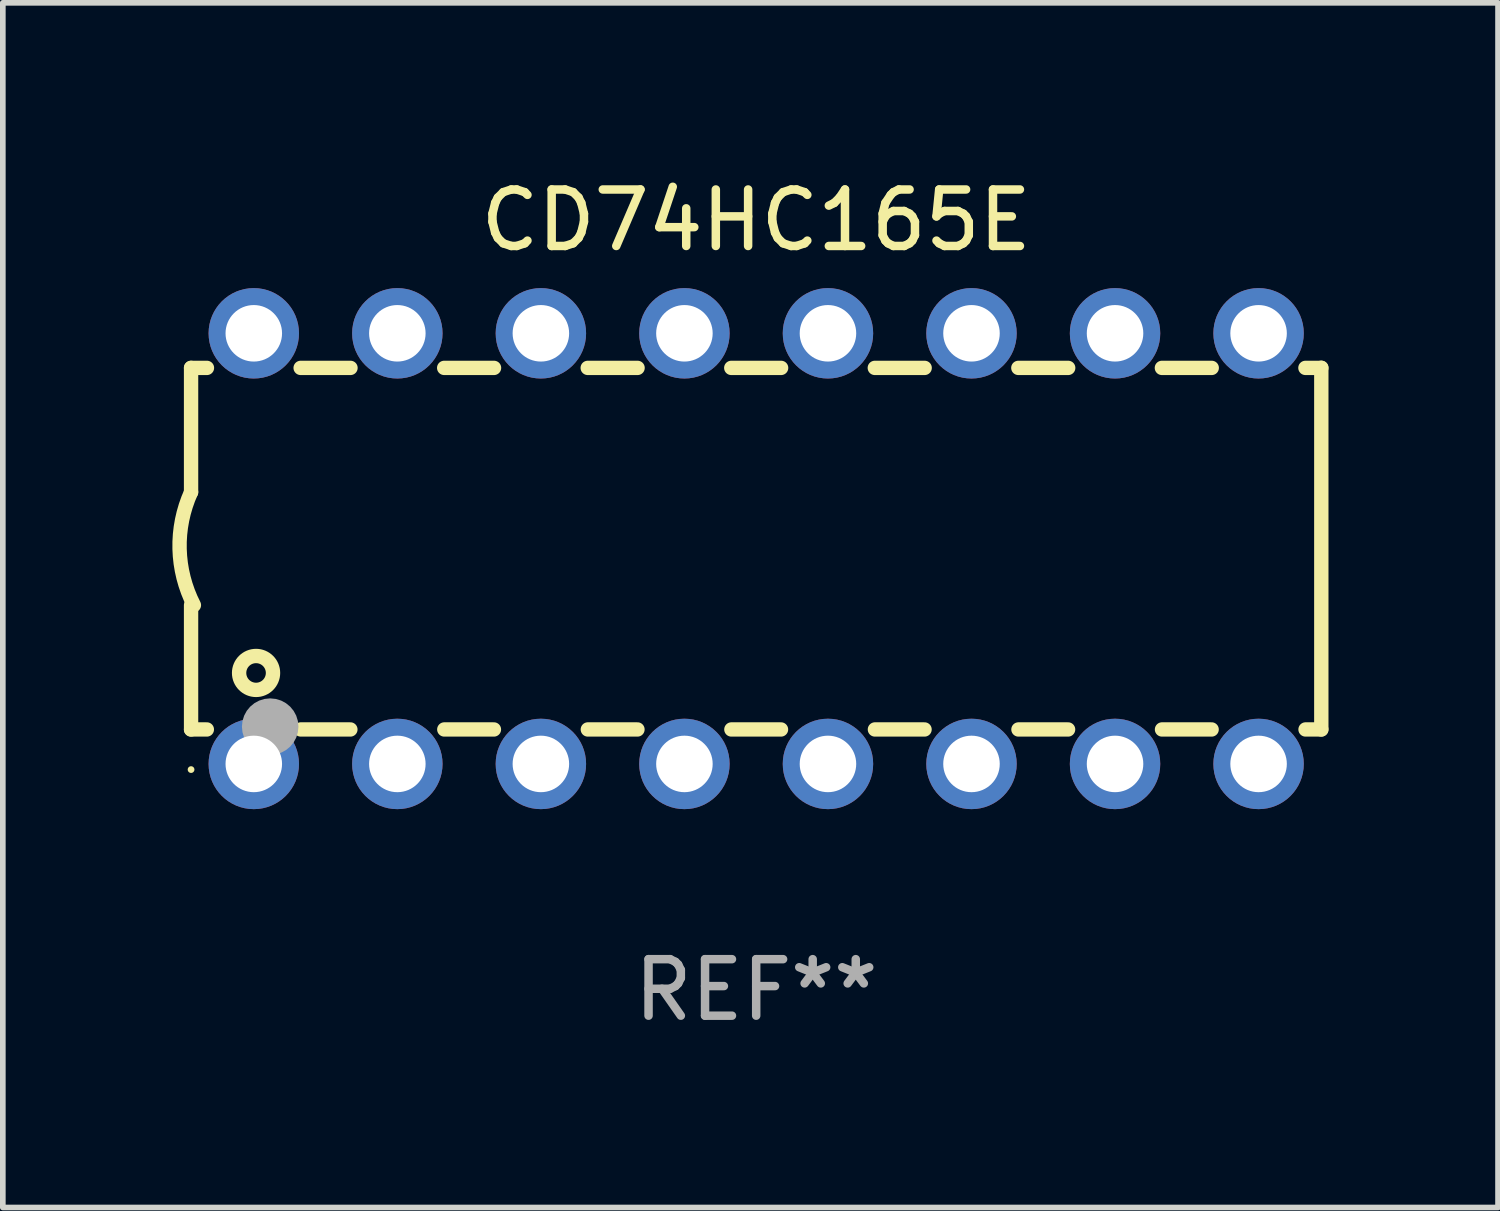
<source format=kicad_pcb>
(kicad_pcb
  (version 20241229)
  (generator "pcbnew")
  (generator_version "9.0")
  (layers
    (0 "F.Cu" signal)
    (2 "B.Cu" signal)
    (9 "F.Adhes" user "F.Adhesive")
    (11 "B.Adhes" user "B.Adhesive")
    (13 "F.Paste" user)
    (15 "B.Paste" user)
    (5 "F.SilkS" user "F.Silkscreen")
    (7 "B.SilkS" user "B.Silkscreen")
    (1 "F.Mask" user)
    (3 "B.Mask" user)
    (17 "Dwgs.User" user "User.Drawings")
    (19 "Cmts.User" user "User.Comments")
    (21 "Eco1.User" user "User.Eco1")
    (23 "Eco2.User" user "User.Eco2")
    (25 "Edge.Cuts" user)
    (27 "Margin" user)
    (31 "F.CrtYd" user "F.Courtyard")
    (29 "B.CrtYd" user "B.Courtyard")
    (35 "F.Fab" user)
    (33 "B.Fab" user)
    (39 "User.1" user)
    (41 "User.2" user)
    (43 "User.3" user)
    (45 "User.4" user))
  (footprint "CD74HC165E"
    (layer "F.Cu")
    (at 10.331 6.658)
    (property "Reference" "CD74HC165E" (at 0 -5.81 0) (layer "F.SilkS") (effects (font (size 1 1) (thickness 0.15))))
    (attr through_hole)
    (fp_line (start -10 -3.198) (end -9.719 -3.198) (stroke (width 0.254) (type solid)) (layer "F.SilkS"))
    (fp_line (start -10 -0.998) (end -10 -3.198) (stroke (width 0.254) (type solid)) (layer "F.SilkS"))
    (fp_line (start -10 3.2) (end -10 1) (stroke (width 0.254) (type solid)) (layer "F.SilkS"))
    (fp_line (start -10 3.2) (end -9.721 3.2) (stroke (width 0.254) (type solid)) (layer "F.SilkS"))
    (fp_line (start -8.061 -3.198) (end -7.179 -3.198) (stroke (width 0.254) (type solid)) (layer "F.SilkS"))
    (fp_line (start -8.059 3.2) (end -7.181 3.2) (stroke (width 0.254) (type solid)) (layer "F.SilkS"))
    (fp_line (start -5.521 -3.198) (end -4.639 -3.198) (stroke (width 0.254) (type solid)) (layer "F.SilkS"))
    (fp_line (start -5.519 3.2) (end -4.641 3.2) (stroke (width 0.254) (type solid)) (layer "F.SilkS"))
    (fp_line (start -2.981 -3.198) (end -2.099 -3.198) (stroke (width 0.254) (type solid)) (layer "F.SilkS"))
    (fp_line (start -2.979 3.2) (end -2.101 3.2) (stroke (width 0.254) (type solid)) (layer "F.SilkS"))
    (fp_line (start -0.441 -3.198) (end 0.441 -3.198) (stroke (width 0.254) (type solid)) (layer "F.SilkS"))
    (fp_line (start -0.439 3.2) (end 0.439 3.2) (stroke (width 0.254) (type solid)) (layer "F.SilkS"))
    (fp_line (start 2.099 -3.198) (end 2.981 -3.198) (stroke (width 0.254) (type solid)) (layer "F.SilkS"))
    (fp_line (start 2.101 3.2) (end 2.979 3.2) (stroke (width 0.254) (type solid)) (layer "F.SilkS"))
    (fp_line (start 4.639 -3.198) (end 5.521 -3.198) (stroke (width 0.254) (type solid)) (layer "F.SilkS"))
    (fp_line (start 4.641 3.2) (end 5.519 3.2) (stroke (width 0.254) (type solid)) (layer "F.SilkS"))
    (fp_line (start 7.179 -3.198) (end 8.061 -3.198) (stroke (width 0.254) (type solid)) (layer "F.SilkS"))
    (fp_line (start 7.181 3.2) (end 8.059 3.2) (stroke (width 0.254) (type solid)) (layer "F.SilkS"))
    (fp_line (start 9.719 -3.198) (end 10 -3.198) (stroke (width 0.254) (type solid)) (layer "F.SilkS"))
    (fp_line (start 9.721 3.2) (end 10 3.2) (stroke (width 0.254) (type solid)) (layer "F.SilkS"))
    (fp_line (start 10 3.2) (end 10 -3.2) (stroke (width 0.254) (type solid)) (layer "F.SilkS"))
    (fp_arc (start -9.949962 1) (mid -10.203153 0.005709) (end -10 -1) (stroke (width 0.254001) (type solid)) (layer "F.SilkS"))
    (fp_circle (center -10 3.91) (end -9.97 3.91) (stroke (width 0.06) (type solid)) (fill no) (layer "F.SilkS"))
    (fp_circle (center -8.85 2.2) (end -8.55 2.2) (stroke (width 0.254) (type solid)) (fill no) (layer "F.SilkS"))
    (fp_circle (center -8.6 3.15) (end -8.35 3.15) (stroke (width 0.5) (type solid)) (fill no) (layer "F.Fab"))
    (fp_text user "REF**" (at 0 7.81 0) (layer "F.Fab") (effects (font (size 1 1) (thickness 0.15))))
    (pad "1" thru_hole circle (at -8.89 3.81) (size 1.6 1.6) (drill 1) (layers "*.Cu" "*.Mask"))
    (pad "2" thru_hole circle (at -6.35 3.81) (size 1.6 1.6) (drill 1) (layers "*.Cu" "*.Mask"))
    (pad "3" thru_hole circle (at -3.81 3.81) (size 1.6 1.6) (drill 1) (layers "*.Cu" "*.Mask"))
    (pad "4" thru_hole circle (at -1.27 3.81) (size 1.6 1.6) (drill 1) (layers "*.Cu" "*.Mask"))
    (pad "5" thru_hole circle (at 1.27 3.81) (size 1.6 1.6) (drill 1) (layers "*.Cu" "*.Mask"))
    (pad "6" thru_hole circle (at 3.81 3.81) (size 1.6 1.6) (drill 1) (layers "*.Cu" "*.Mask"))
    (pad "7" thru_hole circle (at 6.35 3.81) (size 1.6 1.6) (drill 1) (layers "*.Cu" "*.Mask"))
    (pad "8" thru_hole circle (at 8.89 3.81) (size 1.6 1.6) (drill 1) (layers "*.Cu" "*.Mask"))
    (pad "9" thru_hole circle (at 8.89 -3.81) (size 1.6 1.6) (drill 1) (layers "*.Cu" "*.Mask"))
    (pad "10" thru_hole circle (at 6.35 -3.81) (size 1.6 1.6) (drill 1) (layers "*.Cu" "*.Mask"))
    (pad "11" thru_hole circle (at 3.81 -3.81) (size 1.6 1.6) (drill 1) (layers "*.Cu" "*.Mask"))
    (pad "12" thru_hole circle (at 1.27 -3.81) (size 1.6 1.6) (drill 1) (layers "*.Cu" "*.Mask"))
    (pad "13" thru_hole circle (at -1.27 -3.81) (size 1.6 1.6) (drill 1) (layers "*.Cu" "*.Mask"))
    (pad "14" thru_hole circle (at -3.81 -3.81) (size 1.6 1.6) (drill 1) (layers "*.Cu" "*.Mask"))
    (pad "15" thru_hole circle (at -6.35 -3.81) (size 1.6 1.6) (drill 1) (layers "*.Cu" "*.Mask"))
    (pad "16" thru_hole circle (at -8.89 -3.81) (size 1.6 1.6) (drill 1) (layers "*.Cu" "*.Mask")))
  (gr_rect
    (start -3 -3)
    (end 23.458 18.317)
    (stroke (width 0.1) (type default))
    (fill no)
    (layer "Edge.Cuts")))
</source>
